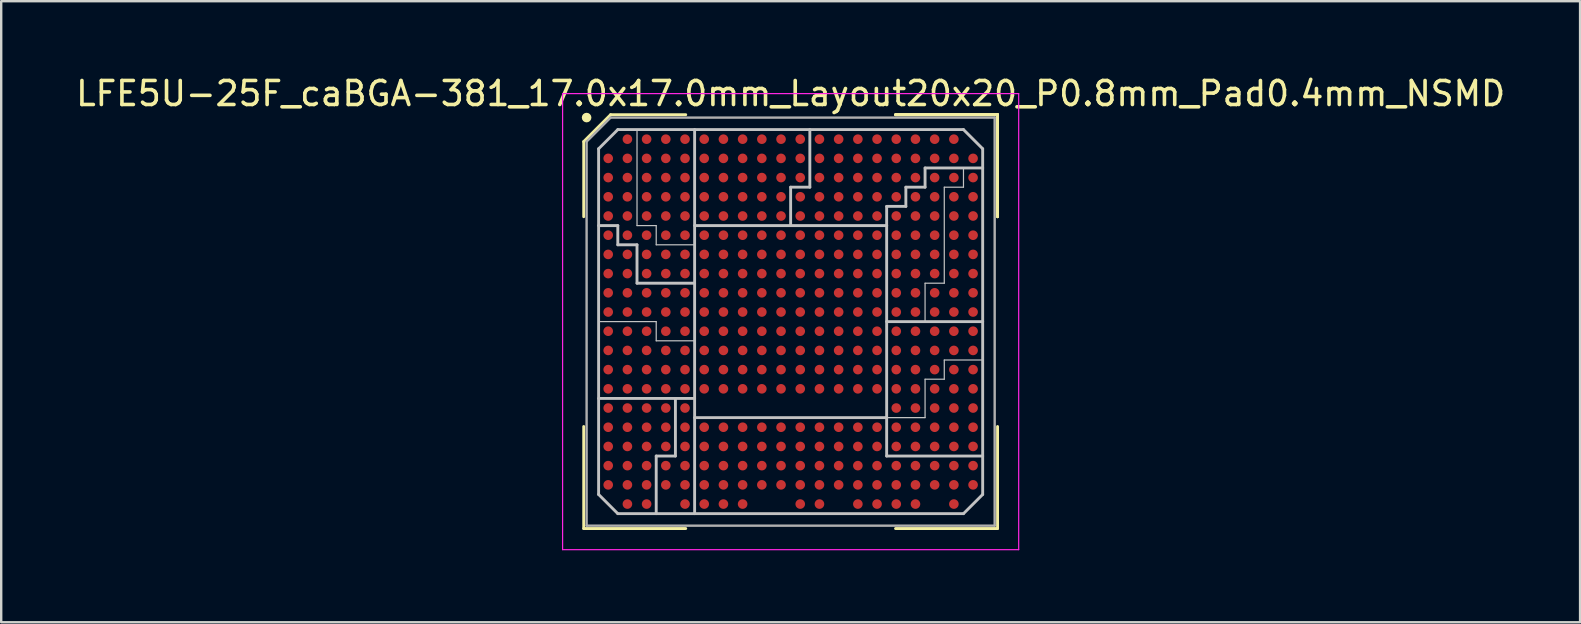
<source format=kicad_pcb>
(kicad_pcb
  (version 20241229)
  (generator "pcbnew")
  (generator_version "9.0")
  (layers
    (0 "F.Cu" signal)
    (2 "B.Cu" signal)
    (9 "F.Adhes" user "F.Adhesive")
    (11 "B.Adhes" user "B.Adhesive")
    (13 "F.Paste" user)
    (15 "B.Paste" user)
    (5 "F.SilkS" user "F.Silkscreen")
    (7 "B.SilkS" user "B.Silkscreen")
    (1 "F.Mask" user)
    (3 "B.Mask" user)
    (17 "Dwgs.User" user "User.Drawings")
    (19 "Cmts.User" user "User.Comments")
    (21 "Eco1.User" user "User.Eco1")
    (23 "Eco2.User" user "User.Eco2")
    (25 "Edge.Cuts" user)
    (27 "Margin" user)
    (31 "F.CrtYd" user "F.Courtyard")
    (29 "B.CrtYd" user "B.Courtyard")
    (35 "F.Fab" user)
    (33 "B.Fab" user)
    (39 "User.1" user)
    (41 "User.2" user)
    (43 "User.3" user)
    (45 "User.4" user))
  (footprint "LFE5U-25F_caBGA-381_17.0x17.0mm_Layout20x20_P0.8mm_Pad0.4mm_NSMD"
    (layer "F.Cu")
    (at 29.887 10.348)
    (property "Reference" "LFE5U-25F_caBGA-381_17.0x17.0mm_Layout20x20_P0.8mm_Pad0.4mm_NSMD" (at 0 -9.5 0) (layer "F.SilkS") (effects (font (size 1 1) (thickness 0.15))))
    (attr smd)
    (fp_line (start -8.62 -7.5) (end -8.62 -4.37) (stroke (width 0.12) (type solid)) (layer "F.SilkS"))
    (fp_line (start -8.62 8.62) (end -8.62 4.37) (stroke (width 0.12) (type solid)) (layer "F.SilkS"))
    (fp_line (start -7.5 -8.62) (end -8.62 -7.5) (stroke (width 0.12) (type solid)) (layer "F.SilkS"))
    (fp_line (start -4.37 -8.62) (end -7.5 -8.62) (stroke (width 0.12) (type solid)) (layer "F.SilkS"))
    (fp_line (start -4.37 8.62) (end -8.62 8.62) (stroke (width 0.12) (type solid)) (layer "F.SilkS"))
    (fp_line (start 4.37 -8.62) (end 8.62 -8.62) (stroke (width 0.12) (type solid)) (layer "F.SilkS"))
    (fp_line (start 4.37 -8.62) (end 8.62 -8.62) (stroke (width 0.12) (type solid)) (layer "F.SilkS"))
    (fp_line (start 4.37 -8.62) (end 8.62 -8.62) (stroke (width 0.12) (type solid)) (layer "F.SilkS"))
    (fp_line (start 4.37 8.62) (end 8.62 8.62) (stroke (width 0.12) (type solid)) (layer "F.SilkS"))
    (fp_line (start 8.62 -8.62) (end 8.62 -4.37) (stroke (width 0.12) (type solid)) (layer "F.SilkS"))
    (fp_line (start 8.62 -8.62) (end 8.62 -4.37) (stroke (width 0.12) (type solid)) (layer "F.SilkS"))
    (fp_line (start 8.62 -8.62) (end 8.62 -4.37) (stroke (width 0.12) (type solid)) (layer "F.SilkS"))
    (fp_line (start 8.62 8.62) (end 8.62 4.37) (stroke (width 0.12) (type solid)) (layer "F.SilkS"))
    (fp_circle (center -8.5 -8.5) (end -8.5 -8.4) (stroke (width 0.2) (type solid)) (fill no) (layer "F.SilkS"))
    (fp_line (start -8 -7.2) (end -7.2 -8) (stroke (width 0.12) (type solid)) (layer "Dwgs.User"))
    (fp_line (start -8 0) (end -5.6 0) (stroke (width 0.05) (type solid)) (layer "Dwgs.User"))
    (fp_line (start -8 7.2) (end -8 -7.2) (stroke (width 0.12) (type solid)) (layer "Dwgs.User"))
    (fp_line (start -7.2 -8) (end 7.2 -8) (stroke (width 0.12) (type solid)) (layer "Dwgs.User"))
    (fp_line (start -7.2 -4) (end -8 -4) (stroke (width 0.12) (type solid)) (layer "Dwgs.User"))
    (fp_line (start -7.2 -3.2) (end -7.2 -4) (stroke (width 0.12) (type solid)) (layer "Dwgs.User"))
    (fp_line (start -7.2 8) (end -8 7.2) (stroke (width 0.12) (type solid)) (layer "Dwgs.User"))
    (fp_line (start -6.4 -8) (end -6.4 -4) (stroke (width 0.05) (type solid)) (layer "Dwgs.User"))
    (fp_line (start -6.4 -4) (end -5.6 -4) (stroke (width 0.05) (type solid)) (layer "Dwgs.User"))
    (fp_line (start -6.4 -3.2) (end -7.2 -3.2) (stroke (width 0.12) (type solid)) (layer "Dwgs.User"))
    (fp_line (start -6.4 -1.6) (end -6.4 -3.2) (stroke (width 0.12) (type solid)) (layer "Dwgs.User"))
    (fp_line (start -5.6 -4) (end -5.6 -3.2) (stroke (width 0.05) (type solid)) (layer "Dwgs.User"))
    (fp_line (start -5.6 -3.2) (end -4 -3.2) (stroke (width 0.05) (type solid)) (layer "Dwgs.User"))
    (fp_line (start -5.6 0) (end -5.6 0.8) (stroke (width 0.05) (type solid)) (layer "Dwgs.User"))
    (fp_line (start -5.6 0.8) (end -4 0.8) (stroke (width 0.05) (type solid)) (layer "Dwgs.User"))
    (fp_line (start -5.6 5.6) (end -5.6 8) (stroke (width 0.12) (type solid)) (layer "Dwgs.User"))
    (fp_line (start -4.8 3.2) (end -4.8 5.6) (stroke (width 0.12) (type solid)) (layer "Dwgs.User"))
    (fp_line (start -4.8 5.6) (end -5.6 5.6) (stroke (width 0.12) (type solid)) (layer "Dwgs.User"))
    (fp_line (start -4 -8) (end -4 8) (stroke (width 0.12) (type solid)) (layer "Dwgs.User"))
    (fp_line (start -4 -1.6) (end -6.4 -1.6) (stroke (width 0.12) (type solid)) (layer "Dwgs.User"))
    (fp_line (start -4 3.2) (end -8 3.2) (stroke (width 0.12) (type solid)) (layer "Dwgs.User"))
    (fp_line (start -4 4) (end 4 4) (stroke (width 0.12) (type solid)) (layer "Dwgs.User"))
    (fp_line (start 0 -5.6) (end 0.8 -5.6) (stroke (width 0.12) (type solid)) (layer "Dwgs.User"))
    (fp_line (start 0 -4) (end 0 -5.6) (stroke (width 0.12) (type solid)) (layer "Dwgs.User"))
    (fp_line (start 0.8 -5.6) (end 0.8 -8) (stroke (width 0.12) (type solid)) (layer "Dwgs.User"))
    (fp_line (start 4 -4.8) (end 4.8 -4.8) (stroke (width 0.12) (type solid)) (layer "Dwgs.User"))
    (fp_line (start 4 -4) (end -4 -4) (stroke (width 0.12) (type solid)) (layer "Dwgs.User"))
    (fp_line (start 4 -4) (end 4 -4.8) (stroke (width 0.12) (type solid)) (layer "Dwgs.User"))
    (fp_line (start 4 0) (end 8 0) (stroke (width 0.12) (type solid)) (layer "Dwgs.User"))
    (fp_line (start 4 4) (end 4 -4) (stroke (width 0.12) (type solid)) (layer "Dwgs.User"))
    (fp_line (start 4 4) (end 4 5.6) (stroke (width 0.12) (type solid)) (layer "Dwgs.User"))
    (fp_line (start 4 4) (end 5.6 4) (stroke (width 0.05) (type solid)) (layer "Dwgs.User"))
    (fp_line (start 4 5.6) (end 8 5.6) (stroke (width 0.12) (type solid)) (layer "Dwgs.User"))
    (fp_line (start 4.8 -5.6) (end 5.6 -5.6) (stroke (width 0.12) (type solid)) (layer "Dwgs.User"))
    (fp_line (start 4.8 -4.8) (end 4.8 -5.6) (stroke (width 0.12) (type solid)) (layer "Dwgs.User"))
    (fp_line (start 5.6 -6.4) (end 8 -6.4) (stroke (width 0.12) (type solid)) (layer "Dwgs.User"))
    (fp_line (start 5.6 -5.6) (end 5.6 -6.4) (stroke (width 0.12) (type solid)) (layer "Dwgs.User"))
    (fp_line (start 5.6 -1.6) (end 6.4 -1.6) (stroke (width 0.05) (type solid)) (layer "Dwgs.User"))
    (fp_line (start 5.6 0) (end 5.6 -1.6) (stroke (width 0.05) (type solid)) (layer "Dwgs.User"))
    (fp_line (start 5.6 2.4) (end 6.4 2.4) (stroke (width 0.05) (type solid)) (layer "Dwgs.User"))
    (fp_line (start 5.6 4) (end 5.6 2.4) (stroke (width 0.05) (type solid)) (layer "Dwgs.User"))
    (fp_line (start 6.4 -5.6) (end 7.2 -5.6) (stroke (width 0.05) (type solid)) (layer "Dwgs.User"))
    (fp_line (start 6.4 -1.6) (end 6.4 -5.6) (stroke (width 0.05) (type solid)) (layer "Dwgs.User"))
    (fp_line (start 6.4 1.6) (end 8 1.6) (stroke (width 0.05) (type solid)) (layer "Dwgs.User"))
    (fp_line (start 6.4 2.4) (end 6.4 1.6) (stroke (width 0.05) (type solid)) (layer "Dwgs.User"))
    (fp_line (start 7.2 -8) (end 8 -7.2) (stroke (width 0.12) (type solid)) (layer "Dwgs.User"))
    (fp_line (start 7.2 -5.6) (end 7.2 -6.4) (stroke (width 0.05) (type solid)) (layer "Dwgs.User"))
    (fp_line (start 7.2 8) (end -7.2 8) (stroke (width 0.12) (type solid)) (layer "Dwgs.User"))
    (fp_line (start 8 -7.2) (end 8 7.2) (stroke (width 0.12) (type solid)) (layer "Dwgs.User"))
    (fp_line (start 8 7.2) (end 7.2 8) (stroke (width 0.12) (type solid)) (layer "Dwgs.User"))
    (fp_line (start -9.5 -9.5) (end 9.5 -9.5) (stroke (width 0.05) (type solid)) (layer "F.CrtYd"))
    (fp_line (start -9.5 9.5) (end -9.5 -9.5) (stroke (width 0.05) (type solid)) (layer "F.CrtYd"))
    (fp_line (start 9.5 -9.5) (end 9.5 9.5) (stroke (width 0.05) (type solid)) (layer "F.CrtYd"))
    (fp_line (start 9.5 9.5) (end -9.5 9.5) (stroke (width 0.05) (type solid)) (layer "F.CrtYd"))
    (fp_line (start -8.5 -7.5) (end -8.5 8.5) (stroke (width 0.1) (type solid)) (layer "F.Fab"))
    (fp_line (start -8.5 8.5) (end 8.5 8.5) (stroke (width 0.1) (type solid)) (layer "F.Fab"))
    (fp_line (start -7.5 -8.5) (end -8.5 -7.5) (stroke (width 0.1) (type solid)) (layer "F.Fab"))
    (fp_line (start 8.5 -8.5) (end -7.5 -8.5) (stroke (width 0.1) (type solid)) (layer "F.Fab"))
    (fp_line (start 8.5 8.5) (end 8.5 -8.5) (stroke (width 0.1) (type solid)) (layer "F.Fab"))
    (pad "A2" smd circle (at -6.8 -7.6) (size 0.4 0.4) (layers "F.Cu" "F.Mask" "F.Paste"))
    (pad "A3" smd circle (at -6 -7.6) (size 0.4 0.4) (layers "F.Cu" "F.Mask" "F.Paste"))
    (pad "A4" smd circle (at -5.2 -7.6) (size 0.4 0.4) (layers "F.Cu" "F.Mask" "F.Paste"))
    (pad "A5" smd circle (at -4.4 -7.6) (size 0.4 0.4) (layers "F.Cu" "F.Mask" "F.Paste"))
    (pad "A6" smd circle (at -3.6 -7.6) (size 0.4 0.4) (layers "F.Cu" "F.Mask" "F.Paste"))
    (pad "A7" smd circle (at -2.8 -7.6) (size 0.4 0.4) (layers "F.Cu" "F.Mask" "F.Paste"))
    (pad "A8" smd circle (at -2 -7.6) (size 0.4 0.4) (layers "F.Cu" "F.Mask" "F.Paste"))
    (pad "A9" smd circle (at -1.2 -7.6) (size 0.4 0.4) (layers "F.Cu" "F.Mask" "F.Paste"))
    (pad "A10" smd circle (at -0.4 -7.6) (size 0.4 0.4) (layers "F.Cu" "F.Mask" "F.Paste"))
    (pad "A11" smd circle (at 0.4 -7.6) (size 0.4 0.4) (layers "F.Cu" "F.Mask" "F.Paste"))
    (pad "A12" smd circle (at 1.2 -7.6) (size 0.4 0.4) (layers "F.Cu" "F.Mask" "F.Paste"))
    (pad "A13" smd circle (at 2 -7.6) (size 0.4 0.4) (layers "F.Cu" "F.Mask" "F.Paste"))
    (pad "A14" smd circle (at 2.8 -7.6) (size 0.4 0.4) (layers "F.Cu" "F.Mask" "F.Paste"))
    (pad "A15" smd circle (at 3.6 -7.6) (size 0.4 0.4) (layers "F.Cu" "F.Mask" "F.Paste"))
    (pad "A16" smd circle (at 4.4 -7.6) (size 0.4 0.4) (layers "F.Cu" "F.Mask" "F.Paste"))
    (pad "A17" smd circle (at 5.2 -7.6) (size 0.4 0.4) (layers "F.Cu" "F.Mask" "F.Paste"))
    (pad "A18" smd circle (at 6 -7.6) (size 0.4 0.4) (layers "F.Cu" "F.Mask" "F.Paste"))
    (pad "A19" smd circle (at 6.8 -7.6) (size 0.4 0.4) (layers "F.Cu" "F.Mask" "F.Paste"))
    (pad "B1" smd circle (at -7.6 -6.8) (size 0.4 0.4) (layers "F.Cu" "F.Mask" "F.Paste"))
    (pad "B2" smd circle (at -6.8 -6.8) (size 0.4 0.4) (layers "F.Cu" "F.Mask" "F.Paste"))
    (pad "B3" smd circle (at -6 -6.8) (size 0.4 0.4) (layers "F.Cu" "F.Mask" "F.Paste"))
    (pad "B4" smd circle (at -5.2 -6.8) (size 0.4 0.4) (layers "F.Cu" "F.Mask" "F.Paste"))
    (pad "B5" smd circle (at -4.4 -6.8) (size 0.4 0.4) (layers "F.Cu" "F.Mask" "F.Paste"))
    (pad "B6" smd circle (at -3.6 -6.8) (size 0.4 0.4) (layers "F.Cu" "F.Mask" "F.Paste"))
    (pad "B7" smd circle (at -2.8 -6.8) (size 0.4 0.4) (layers "F.Cu" "F.Mask" "F.Paste"))
    (pad "B8" smd circle (at -2 -6.8) (size 0.4 0.4) (layers "F.Cu" "F.Mask" "F.Paste"))
    (pad "B9" smd circle (at -1.2 -6.8) (size 0.4 0.4) (layers "F.Cu" "F.Mask" "F.Paste"))
    (pad "B10" smd circle (at -0.4 -6.8) (size 0.4 0.4) (layers "F.Cu" "F.Mask" "F.Paste"))
    (pad "B11" smd circle (at 0.4 -6.8) (size 0.4 0.4) (layers "F.Cu" "F.Mask" "F.Paste"))
    (pad "B12" smd circle (at 1.2 -6.8) (size 0.4 0.4) (layers "F.Cu" "F.Mask" "F.Paste"))
    (pad "B13" smd circle (at 2 -6.8) (size 0.4 0.4) (layers "F.Cu" "F.Mask" "F.Paste"))
    (pad "B14" smd circle (at 2.8 -6.8) (size 0.4 0.4) (layers "F.Cu" "F.Mask" "F.Paste"))
    (pad "B15" smd circle (at 3.6 -6.8) (size 0.4 0.4) (layers "F.Cu" "F.Mask" "F.Paste"))
    (pad "B16" smd circle (at 4.4 -6.8) (size 0.4 0.4) (layers "F.Cu" "F.Mask" "F.Paste"))
    (pad "B17" smd circle (at 5.2 -6.8) (size 0.4 0.4) (layers "F.Cu" "F.Mask" "F.Paste"))
    (pad "B18" smd circle (at 6 -6.8) (size 0.4 0.4) (layers "F.Cu" "F.Mask" "F.Paste"))
    (pad "B19" smd circle (at 6.8 -6.8) (size 0.4 0.4) (layers "F.Cu" "F.Mask" "F.Paste"))
    (pad "B20" smd circle (at 7.6 -6.8) (size 0.4 0.4) (layers "F.Cu" "F.Mask" "F.Paste"))
    (pad "C1" smd circle (at -7.6 -6) (size 0.4 0.4) (layers "F.Cu" "F.Mask" "F.Paste"))
    (pad "C2" smd circle (at -6.8 -6) (size 0.4 0.4) (layers "F.Cu" "F.Mask" "F.Paste"))
    (pad "C3" smd circle (at -6 -6) (size 0.4 0.4) (layers "F.Cu" "F.Mask" "F.Paste"))
    (pad "C4" smd circle (at -5.2 -6) (size 0.4 0.4) (layers "F.Cu" "F.Mask" "F.Paste"))
    (pad "C5" smd circle (at -4.4 -6) (size 0.4 0.4) (layers "F.Cu" "F.Mask" "F.Paste"))
    (pad "C6" smd circle (at -3.6 -6) (size 0.4 0.4) (layers "F.Cu" "F.Mask" "F.Paste"))
    (pad "C7" smd circle (at -2.8 -6) (size 0.4 0.4) (layers "F.Cu" "F.Mask" "F.Paste"))
    (pad "C8" smd circle (at -2 -6) (size 0.4 0.4) (layers "F.Cu" "F.Mask" "F.Paste"))
    (pad "C9" smd circle (at -1.2 -6) (size 0.4 0.4) (layers "F.Cu" "F.Mask" "F.Paste"))
    (pad "C10" smd circle (at -0.4 -6) (size 0.4 0.4) (layers "F.Cu" "F.Mask" "F.Paste"))
    (pad "C11" smd circle (at 0.4 -6) (size 0.4 0.4) (layers "F.Cu" "F.Mask" "F.Paste"))
    (pad "C12" smd circle (at 1.2 -6) (size 0.4 0.4) (layers "F.Cu" "F.Mask" "F.Paste"))
    (pad "C13" smd circle (at 2 -6) (size 0.4 0.4) (layers "F.Cu" "F.Mask" "F.Paste"))
    (pad "C14" smd circle (at 2.8 -6) (size 0.4 0.4) (layers "F.Cu" "F.Mask" "F.Paste"))
    (pad "C15" smd circle (at 3.6 -6) (size 0.4 0.4) (layers "F.Cu" "F.Mask" "F.Paste"))
    (pad "C16" smd circle (at 4.4 -6) (size 0.4 0.4) (layers "F.Cu" "F.Mask" "F.Paste"))
    (pad "C17" smd circle (at 5.2 -6) (size 0.4 0.4) (layers "F.Cu" "F.Mask" "F.Paste"))
    (pad "C18" smd circle (at 6 -6) (size 0.4 0.4) (layers "F.Cu" "F.Mask" "F.Paste"))
    (pad "C19" smd circle (at 6.8 -6) (size 0.4 0.4) (layers "F.Cu" "F.Mask" "F.Paste"))
    (pad "C20" smd circle (at 7.6 -6) (size 0.4 0.4) (layers "F.Cu" "F.Mask" "F.Paste"))
    (pad "D1" smd circle (at -7.6 -5.2) (size 0.4 0.4) (layers "F.Cu" "F.Mask" "F.Paste"))
    (pad "D2" smd circle (at -6.8 -5.2) (size 0.4 0.4) (layers "F.Cu" "F.Mask" "F.Paste"))
    (pad "D3" smd circle (at -6 -5.2) (size 0.4 0.4) (layers "F.Cu" "F.Mask" "F.Paste"))
    (pad "D4" smd circle (at -5.2 -5.2) (size 0.4 0.4) (layers "F.Cu" "F.Mask" "F.Paste"))
    (pad "D5" smd circle (at -4.4 -5.2) (size 0.4 0.4) (layers "F.Cu" "F.Mask" "F.Paste"))
    (pad "D6" smd circle (at -3.6 -5.2) (size 0.4 0.4) (layers "F.Cu" "F.Mask" "F.Paste"))
    (pad "D7" smd circle (at -2.8 -5.2) (size 0.4 0.4) (layers "F.Cu" "F.Mask" "F.Paste"))
    (pad "D8" smd circle (at -2 -5.2) (size 0.4 0.4) (layers "F.Cu" "F.Mask" "F.Paste"))
    (pad "D9" smd circle (at -1.2 -5.2) (size 0.4 0.4) (layers "F.Cu" "F.Mask" "F.Paste"))
    (pad "D10" smd circle (at -0.4 -5.2) (size 0.4 0.4) (layers "F.Cu" "F.Mask" "F.Paste"))
    (pad "D11" smd circle (at 0.4 -5.2) (size 0.4 0.4) (layers "F.Cu" "F.Mask" "F.Paste"))
    (pad "D12" smd circle (at 1.2 -5.2) (size 0.4 0.4) (layers "F.Cu" "F.Mask" "F.Paste"))
    (pad "D13" smd circle (at 2 -5.2) (size 0.4 0.4) (layers "F.Cu" "F.Mask" "F.Paste"))
    (pad "D14" smd circle (at 2.8 -5.2) (size 0.4 0.4) (layers "F.Cu" "F.Mask" "F.Paste"))
    (pad "D15" smd circle (at 3.6 -5.2) (size 0.4 0.4) (layers "F.Cu" "F.Mask" "F.Paste"))
    (pad "D16" smd circle (at 4.4 -5.2) (size 0.4 0.4) (layers "F.Cu" "F.Mask" "F.Paste"))
    (pad "D17" smd circle (at 5.2 -5.2) (size 0.4 0.4) (layers "F.Cu" "F.Mask" "F.Paste"))
    (pad "D18" smd circle (at 6 -5.2) (size 0.4 0.4) (layers "F.Cu" "F.Mask" "F.Paste"))
    (pad "D19" smd circle (at 6.8 -5.2) (size 0.4 0.4) (layers "F.Cu" "F.Mask" "F.Paste"))
    (pad "D20" smd circle (at 7.6 -5.2) (size 0.4 0.4) (layers "F.Cu" "F.Mask" "F.Paste"))
    (pad "E1" smd circle (at -7.6 -4.4) (size 0.4 0.4) (layers "F.Cu" "F.Mask" "F.Paste"))
    (pad "E2" smd circle (at -6.8 -4.4) (size 0.4 0.4) (layers "F.Cu" "F.Mask" "F.Paste"))
    (pad "E3" smd circle (at -6 -4.4) (size 0.4 0.4) (layers "F.Cu" "F.Mask" "F.Paste"))
    (pad "E4" smd circle (at -5.2 -4.4) (size 0.4 0.4) (layers "F.Cu" "F.Mask" "F.Paste"))
    (pad "E5" smd circle (at -4.4 -4.4) (size 0.4 0.4) (layers "F.Cu" "F.Mask" "F.Paste"))
    (pad "E6" smd circle (at -3.6 -4.4) (size 0.4 0.4) (layers "F.Cu" "F.Mask" "F.Paste"))
    (pad "E7" smd circle (at -2.8 -4.4) (size 0.4 0.4) (layers "F.Cu" "F.Mask" "F.Paste"))
    (pad "E8" smd circle (at -2 -4.4) (size 0.4 0.4) (layers "F.Cu" "F.Mask" "F.Paste"))
    (pad "E9" smd circle (at -1.2 -4.4) (size 0.4 0.4) (layers "F.Cu" "F.Mask" "F.Paste"))
    (pad "E10" smd circle (at -0.4 -4.4) (size 0.4 0.4) (layers "F.Cu" "F.Mask" "F.Paste"))
    (pad "E11" smd circle (at 0.4 -4.4) (size 0.4 0.4) (layers "F.Cu" "F.Mask" "F.Paste"))
    (pad "E12" smd circle (at 1.2 -4.4) (size 0.4 0.4) (layers "F.Cu" "F.Mask" "F.Paste"))
    (pad "E13" smd circle (at 2 -4.4) (size 0.4 0.4) (layers "F.Cu" "F.Mask" "F.Paste"))
    (pad "E14" smd circle (at 2.8 -4.4) (size 0.4 0.4) (layers "F.Cu" "F.Mask" "F.Paste"))
    (pad "E15" smd circle (at 3.6 -4.4) (size 0.4 0.4) (layers "F.Cu" "F.Mask" "F.Paste"))
    (pad "E16" smd circle (at 4.4 -4.4) (size 0.4 0.4) (layers "F.Cu" "F.Mask" "F.Paste"))
    (pad "E17" smd circle (at 5.2 -4.4) (size 0.4 0.4) (layers "F.Cu" "F.Mask" "F.Paste"))
    (pad "E18" smd circle (at 6 -4.4) (size 0.4 0.4) (layers "F.Cu" "F.Mask" "F.Paste"))
    (pad "E19" smd circle (at 6.8 -4.4) (size 0.4 0.4) (layers "F.Cu" "F.Mask" "F.Paste"))
    (pad "E20" smd circle (at 7.6 -4.4) (size 0.4 0.4) (layers "F.Cu" "F.Mask" "F.Paste"))
    (pad "F1" smd circle (at -7.6 -3.6) (size 0.4 0.4) (layers "F.Cu" "F.Mask" "F.Paste"))
    (pad "F2" smd circle (at -6.8 -3.6) (size 0.4 0.4) (layers "F.Cu" "F.Mask" "F.Paste"))
    (pad "F3" smd circle (at -6 -3.6) (size 0.4 0.4) (layers "F.Cu" "F.Mask" "F.Paste"))
    (pad "F4" smd circle (at -5.2 -3.6) (size 0.4 0.4) (layers "F.Cu" "F.Mask" "F.Paste"))
    (pad "F5" smd circle (at -4.4 -3.6) (size 0.4 0.4) (layers "F.Cu" "F.Mask" "F.Paste"))
    (pad "F6" smd circle (at -3.6 -3.6) (size 0.4 0.4) (layers "F.Cu" "F.Mask" "F.Paste"))
    (pad "F7" smd circle (at -2.8 -3.6) (size 0.4 0.4) (layers "F.Cu" "F.Mask" "F.Paste"))
    (pad "F8" smd circle (at -2 -3.6) (size 0.4 0.4) (layers "F.Cu" "F.Mask" "F.Paste"))
    (pad "F9" smd circle (at -1.2 -3.6) (size 0.4 0.4) (layers "F.Cu" "F.Mask" "F.Paste"))
    (pad "F10" smd circle (at -0.4 -3.6) (size 0.4 0.4) (layers "F.Cu" "F.Mask" "F.Paste"))
    (pad "F11" smd circle (at 0.4 -3.6) (size 0.4 0.4) (layers "F.Cu" "F.Mask" "F.Paste"))
    (pad "F12" smd circle (at 1.2 -3.6) (size 0.4 0.4) (layers "F.Cu" "F.Mask" "F.Paste"))
    (pad "F13" smd circle (at 2 -3.6) (size 0.4 0.4) (layers "F.Cu" "F.Mask" "F.Paste"))
    (pad "F14" smd circle (at 2.8 -3.6) (size 0.4 0.4) (layers "F.Cu" "F.Mask" "F.Paste"))
    (pad "F15" smd circle (at 3.6 -3.6) (size 0.4 0.4) (layers "F.Cu" "F.Mask" "F.Paste"))
    (pad "F16" smd circle (at 4.4 -3.6) (size 0.4 0.4) (layers "F.Cu" "F.Mask" "F.Paste"))
    (pad "F17" smd circle (at 5.2 -3.6) (size 0.4 0.4) (layers "F.Cu" "F.Mask" "F.Paste"))
    (pad "F18" smd circle (at 6 -3.6) (size 0.4 0.4) (layers "F.Cu" "F.Mask" "F.Paste"))
    (pad "F19" smd circle (at 6.8 -3.6) (size 0.4 0.4) (layers "F.Cu" "F.Mask" "F.Paste"))
    (pad "F20" smd circle (at 7.6 -3.6) (size 0.4 0.4) (layers "F.Cu" "F.Mask" "F.Paste"))
    (pad "G1" smd circle (at -7.6 -2.8) (size 0.4 0.4) (layers "F.Cu" "F.Mask" "F.Paste"))
    (pad "G2" smd circle (at -6.8 -2.8) (size 0.4 0.4) (layers "F.Cu" "F.Mask" "F.Paste"))
    (pad "G3" smd circle (at -6 -2.8) (size 0.4 0.4) (layers "F.Cu" "F.Mask" "F.Paste"))
    (pad "G4" smd circle (at -5.2 -2.8) (size 0.4 0.4) (layers "F.Cu" "F.Mask" "F.Paste"))
    (pad "G5" smd circle (at -4.4 -2.8) (size 0.4 0.4) (layers "F.Cu" "F.Mask" "F.Paste"))
    (pad "G6" smd circle (at -3.6 -2.8) (size 0.4 0.4) (layers "F.Cu" "F.Mask" "F.Paste"))
    (pad "G7" smd circle (at -2.8 -2.8) (size 0.4 0.4) (layers "F.Cu" "F.Mask" "F.Paste"))
    (pad "G8" smd circle (at -2 -2.8) (size 0.4 0.4) (layers "F.Cu" "F.Mask" "F.Paste"))
    (pad "G9" smd circle (at -1.2 -2.8) (size 0.4 0.4) (layers "F.Cu" "F.Mask" "F.Paste"))
    (pad "G10" smd circle (at -0.4 -2.8) (size 0.4 0.4) (layers "F.Cu" "F.Mask" "F.Paste"))
    (pad "G11" smd circle (at 0.4 -2.8) (size 0.4 0.4) (layers "F.Cu" "F.Mask" "F.Paste"))
    (pad "G12" smd circle (at 1.2 -2.8) (size 0.4 0.4) (layers "F.Cu" "F.Mask" "F.Paste"))
    (pad "G13" smd circle (at 2 -2.8) (size 0.4 0.4) (layers "F.Cu" "F.Mask" "F.Paste"))
    (pad "G14" smd circle (at 2.8 -2.8) (size 0.4 0.4) (layers "F.Cu" "F.Mask" "F.Paste"))
    (pad "G15" smd circle (at 3.6 -2.8) (size 0.4 0.4) (layers "F.Cu" "F.Mask" "F.Paste"))
    (pad "G16" smd circle (at 4.4 -2.8) (size 0.4 0.4) (layers "F.Cu" "F.Mask" "F.Paste"))
    (pad "G17" smd circle (at 5.2 -2.8) (size 0.4 0.4) (layers "F.Cu" "F.Mask" "F.Paste"))
    (pad "G18" smd circle (at 6 -2.8) (size 0.4 0.4) (layers "F.Cu" "F.Mask" "F.Paste"))
    (pad "G19" smd circle (at 6.8 -2.8) (size 0.4 0.4) (layers "F.Cu" "F.Mask" "F.Paste"))
    (pad "G20" smd circle (at 7.6 -2.8) (size 0.4 0.4) (layers "F.Cu" "F.Mask" "F.Paste"))
    (pad "H1" smd circle (at -7.6 -2) (size 0.4 0.4) (layers "F.Cu" "F.Mask" "F.Paste"))
    (pad "H2" smd circle (at -6.8 -2) (size 0.4 0.4) (layers "F.Cu" "F.Mask" "F.Paste"))
    (pad "H3" smd circle (at -6 -2) (size 0.4 0.4) (layers "F.Cu" "F.Mask" "F.Paste"))
    (pad "H4" smd circle (at -5.2 -2) (size 0.4 0.4) (layers "F.Cu" "F.Mask" "F.Paste"))
    (pad "H5" smd circle (at -4.4 -2) (size 0.4 0.4) (layers "F.Cu" "F.Mask" "F.Paste"))
    (pad "H6" smd circle (at -3.6 -2) (size 0.4 0.4) (layers "F.Cu" "F.Mask" "F.Paste"))
    (pad "H7" smd circle (at -2.8 -2) (size 0.4 0.4) (layers "F.Cu" "F.Mask" "F.Paste"))
    (pad "H8" smd circle (at -2 -2) (size 0.4 0.4) (layers "F.Cu" "F.Mask" "F.Paste"))
    (pad "H9" smd circle (at -1.2 -2) (size 0.4 0.4) (layers "F.Cu" "F.Mask" "F.Paste"))
    (pad "H10" smd circle (at -0.4 -2) (size 0.4 0.4) (layers "F.Cu" "F.Mask" "F.Paste"))
    (pad "H11" smd circle (at 0.4 -2) (size 0.4 0.4) (layers "F.Cu" "F.Mask" "F.Paste"))
    (pad "H12" smd circle (at 1.2 -2) (size 0.4 0.4) (layers "F.Cu" "F.Mask" "F.Paste"))
    (pad "H13" smd circle (at 2 -2) (size 0.4 0.4) (layers "F.Cu" "F.Mask" "F.Paste"))
    (pad "H14" smd circle (at 2.8 -2) (size 0.4 0.4) (layers "F.Cu" "F.Mask" "F.Paste"))
    (pad "H15" smd circle (at 3.6 -2) (size 0.4 0.4) (layers "F.Cu" "F.Mask" "F.Paste"))
    (pad "H16" smd circle (at 4.4 -2) (size 0.4 0.4) (layers "F.Cu" "F.Mask" "F.Paste"))
    (pad "H17" smd circle (at 5.2 -2) (size 0.4 0.4) (layers "F.Cu" "F.Mask" "F.Paste"))
    (pad "H18" smd circle (at 6 -2) (size 0.4 0.4) (layers "F.Cu" "F.Mask" "F.Paste"))
    (pad "H19" smd circle (at 6.8 -2) (size 0.4 0.4) (layers "F.Cu" "F.Mask" "F.Paste"))
    (pad "H20" smd circle (at 7.6 -2) (size 0.4 0.4) (layers "F.Cu" "F.Mask" "F.Paste"))
    (pad "J1" smd circle (at -7.6 -1.2) (size 0.4 0.4) (layers "F.Cu" "F.Mask" "F.Paste"))
    (pad "J2" smd circle (at -6.8 -1.2) (size 0.4 0.4) (layers "F.Cu" "F.Mask" "F.Paste"))
    (pad "J3" smd circle (at -6 -1.2) (size 0.4 0.4) (layers "F.Cu" "F.Mask" "F.Paste"))
    (pad "J4" smd circle (at -5.2 -1.2) (size 0.4 0.4) (layers "F.Cu" "F.Mask" "F.Paste"))
    (pad "J5" smd circle (at -4.4 -1.2) (size 0.4 0.4) (layers "F.Cu" "F.Mask" "F.Paste"))
    (pad "J6" smd circle (at -3.6 -1.2) (size 0.4 0.4) (layers "F.Cu" "F.Mask" "F.Paste"))
    (pad "J7" smd circle (at -2.8 -1.2) (size 0.4 0.4) (layers "F.Cu" "F.Mask" "F.Paste"))
    (pad "J8" smd circle (at -2 -1.2) (size 0.4 0.4) (layers "F.Cu" "F.Mask" "F.Paste"))
    (pad "J9" smd circle (at -1.2 -1.2) (size 0.4 0.4) (layers "F.Cu" "F.Mask" "F.Paste"))
    (pad "J10" smd circle (at -0.4 -1.2) (size 0.4 0.4) (layers "F.Cu" "F.Mask" "F.Paste"))
    (pad "J11" smd circle (at 0.4 -1.2) (size 0.4 0.4) (layers "F.Cu" "F.Mask" "F.Paste"))
    (pad "J12" smd circle (at 1.2 -1.2) (size 0.4 0.4) (layers "F.Cu" "F.Mask" "F.Paste"))
    (pad "J13" smd circle (at 2 -1.2) (size 0.4 0.4) (layers "F.Cu" "F.Mask" "F.Paste"))
    (pad "J14" smd circle (at 2.8 -1.2) (size 0.4 0.4) (layers "F.Cu" "F.Mask" "F.Paste"))
    (pad "J15" smd circle (at 3.6 -1.2) (size 0.4 0.4) (layers "F.Cu" "F.Mask" "F.Paste"))
    (pad "J16" smd circle (at 4.4 -1.2) (size 0.4 0.4) (layers "F.Cu" "F.Mask" "F.Paste"))
    (pad "J17" smd circle (at 5.2 -1.2) (size 0.4 0.4) (layers "F.Cu" "F.Mask" "F.Paste"))
    (pad "J18" smd circle (at 6 -1.2) (size 0.4 0.4) (layers "F.Cu" "F.Mask" "F.Paste"))
    (pad "J19" smd circle (at 6.8 -1.2) (size 0.4 0.4) (layers "F.Cu" "F.Mask" "F.Paste"))
    (pad "J20" smd circle (at 7.6 -1.2) (size 0.4 0.4) (layers "F.Cu" "F.Mask" "F.Paste"))
    (pad "K1" smd circle (at -7.6 -0.4) (size 0.4 0.4) (layers "F.Cu" "F.Mask" "F.Paste"))
    (pad "K2" smd circle (at -6.8 -0.4) (size 0.4 0.4) (layers "F.Cu" "F.Mask" "F.Paste"))
    (pad "K3" smd circle (at -6 -0.4) (size 0.4 0.4) (layers "F.Cu" "F.Mask" "F.Paste"))
    (pad "K4" smd circle (at -5.2 -0.4) (size 0.4 0.4) (layers "F.Cu" "F.Mask" "F.Paste"))
    (pad "K5" smd circle (at -4.4 -0.4) (size 0.4 0.4) (layers "F.Cu" "F.Mask" "F.Paste"))
    (pad "K6" smd circle (at -3.6 -0.4) (size 0.4 0.4) (layers "F.Cu" "F.Mask" "F.Paste"))
    (pad "K7" smd circle (at -2.8 -0.4) (size 0.4 0.4) (layers "F.Cu" "F.Mask" "F.Paste"))
    (pad "K8" smd circle (at -2 -0.4) (size 0.4 0.4) (layers "F.Cu" "F.Mask" "F.Paste"))
    (pad "K9" smd circle (at -1.2 -0.4) (size 0.4 0.4) (layers "F.Cu" "F.Mask" "F.Paste"))
    (pad "K10" smd circle (at -0.4 -0.4) (size 0.4 0.4) (layers "F.Cu" "F.Mask" "F.Paste"))
    (pad "K11" smd circle (at 0.4 -0.4) (size 0.4 0.4) (layers "F.Cu" "F.Mask" "F.Paste"))
    (pad "K12" smd circle (at 1.2 -0.4) (size 0.4 0.4) (layers "F.Cu" "F.Mask" "F.Paste"))
    (pad "K13" smd circle (at 2 -0.4) (size 0.4 0.4) (layers "F.Cu" "F.Mask" "F.Paste"))
    (pad "K14" smd circle (at 2.8 -0.4) (size 0.4 0.4) (layers "F.Cu" "F.Mask" "F.Paste"))
    (pad "K15" smd circle (at 3.6 -0.4) (size 0.4 0.4) (layers "F.Cu" "F.Mask" "F.Paste"))
    (pad "K16" smd circle (at 4.4 -0.4) (size 0.4 0.4) (layers "F.Cu" "F.Mask" "F.Paste"))
    (pad "K17" smd circle (at 5.2 -0.4) (size 0.4 0.4) (layers "F.Cu" "F.Mask" "F.Paste"))
    (pad "K18" smd circle (at 6 -0.4) (size 0.4 0.4) (layers "F.Cu" "F.Mask" "F.Paste"))
    (pad "K19" smd circle (at 6.8 -0.4) (size 0.4 0.4) (layers "F.Cu" "F.Mask" "F.Paste"))
    (pad "K20" smd circle (at 7.6 -0.4) (size 0.4 0.4) (layers "F.Cu" "F.Mask" "F.Paste"))
    (pad "L1" smd circle (at -7.6 0.4) (size 0.4 0.4) (layers "F.Cu" "F.Mask" "F.Paste"))
    (pad "L2" smd circle (at -6.8 0.4) (size 0.4 0.4) (layers "F.Cu" "F.Mask" "F.Paste"))
    (pad "L3" smd circle (at -6 0.4) (size 0.4 0.4) (layers "F.Cu" "F.Mask" "F.Paste"))
    (pad "L4" smd circle (at -5.2 0.4) (size 0.4 0.4) (layers "F.Cu" "F.Mask" "F.Paste"))
    (pad "L5" smd circle (at -4.4 0.4) (size 0.4 0.4) (layers "F.Cu" "F.Mask" "F.Paste"))
    (pad "L6" smd circle (at -3.6 0.4) (size 0.4 0.4) (layers "F.Cu" "F.Mask" "F.Paste"))
    (pad "L7" smd circle (at -2.8 0.4) (size 0.4 0.4) (layers "F.Cu" "F.Mask" "F.Paste"))
    (pad "L8" smd circle (at -2 0.4) (size 0.4 0.4) (layers "F.Cu" "F.Mask" "F.Paste"))
    (pad "L9" smd circle (at -1.2 0.4) (size 0.4 0.4) (layers "F.Cu" "F.Mask" "F.Paste"))
    (pad "L10" smd circle (at -0.4 0.4) (size 0.4 0.4) (layers "F.Cu" "F.Mask" "F.Paste"))
    (pad "L11" smd circle (at 0.4 0.4) (size 0.4 0.4) (layers "F.Cu" "F.Mask" "F.Paste"))
    (pad "L12" smd circle (at 1.2 0.4) (size 0.4 0.4) (layers "F.Cu" "F.Mask" "F.Paste"))
    (pad "L13" smd circle (at 2 0.4) (size 0.4 0.4) (layers "F.Cu" "F.Mask" "F.Paste"))
    (pad "L14" smd circle (at 2.8 0.4) (size 0.4 0.4) (layers "F.Cu" "F.Mask" "F.Paste"))
    (pad "L15" smd circle (at 3.6 0.4) (size 0.4 0.4) (layers "F.Cu" "F.Mask" "F.Paste"))
    (pad "L16" smd circle (at 4.4 0.4) (size 0.4 0.4) (layers "F.Cu" "F.Mask" "F.Paste"))
    (pad "L17" smd circle (at 5.2 0.4) (size 0.4 0.4) (layers "F.Cu" "F.Mask" "F.Paste"))
    (pad "L18" smd circle (at 6 0.4) (size 0.4 0.4) (layers "F.Cu" "F.Mask" "F.Paste"))
    (pad "L19" smd circle (at 6.8 0.4) (size 0.4 0.4) (layers "F.Cu" "F.Mask" "F.Paste"))
    (pad "L20" smd circle (at 7.6 0.4) (size 0.4 0.4) (layers "F.Cu" "F.Mask" "F.Paste"))
    (pad "M1" smd circle (at -7.6 1.2) (size 0.4 0.4) (layers "F.Cu" "F.Mask" "F.Paste"))
    (pad "M2" smd circle (at -6.8 1.2) (size 0.4 0.4) (layers "F.Cu" "F.Mask" "F.Paste"))
    (pad "M3" smd circle (at -6 1.2) (size 0.4 0.4) (layers "F.Cu" "F.Mask" "F.Paste"))
    (pad "M4" smd circle (at -5.2 1.2) (size 0.4 0.4) (layers "F.Cu" "F.Mask" "F.Paste"))
    (pad "M5" smd circle (at -4.4 1.2) (size 0.4 0.4) (layers "F.Cu" "F.Mask" "F.Paste"))
    (pad "M6" smd circle (at -3.6 1.2) (size 0.4 0.4) (layers "F.Cu" "F.Mask" "F.Paste"))
    (pad "M7" smd circle (at -2.8 1.2) (size 0.4 0.4) (layers "F.Cu" "F.Mask" "F.Paste"))
    (pad "M8" smd circle (at -2 1.2) (size 0.4 0.4) (layers "F.Cu" "F.Mask" "F.Paste"))
    (pad "M9" smd circle (at -1.2 1.2) (size 0.4 0.4) (layers "F.Cu" "F.Mask" "F.Paste"))
    (pad "M10" smd circle (at -0.4 1.2) (size 0.4 0.4) (layers "F.Cu" "F.Mask" "F.Paste"))
    (pad "M11" smd circle (at 0.4 1.2) (size 0.4 0.4) (layers "F.Cu" "F.Mask" "F.Paste"))
    (pad "M12" smd circle (at 1.2 1.2) (size 0.4 0.4) (layers "F.Cu" "F.Mask" "F.Paste"))
    (pad "M13" smd circle (at 2 1.2) (size 0.4 0.4) (layers "F.Cu" "F.Mask" "F.Paste"))
    (pad "M14" smd circle (at 2.8 1.2) (size 0.4 0.4) (layers "F.Cu" "F.Mask" "F.Paste"))
    (pad "M15" smd circle (at 3.6 1.2) (size 0.4 0.4) (layers "F.Cu" "F.Mask" "F.Paste"))
    (pad "M16" smd circle (at 4.4 1.2) (size 0.4 0.4) (layers "F.Cu" "F.Mask" "F.Paste"))
    (pad "M17" smd circle (at 5.2 1.2) (size 0.4 0.4) (layers "F.Cu" "F.Mask" "F.Paste"))
    (pad "M18" smd circle (at 6 1.2) (size 0.4 0.4) (layers "F.Cu" "F.Mask" "F.Paste"))
    (pad "M19" smd circle (at 6.8 1.2) (size 0.4 0.4) (layers "F.Cu" "F.Mask" "F.Paste"))
    (pad "M20" smd circle (at 7.6 1.2) (size 0.4 0.4) (layers "F.Cu" "F.Mask" "F.Paste"))
    (pad "N1" smd circle (at -7.6 2) (size 0.4 0.4) (layers "F.Cu" "F.Mask" "F.Paste"))
    (pad "N2" smd circle (at -6.8 2) (size 0.4 0.4) (layers "F.Cu" "F.Mask" "F.Paste"))
    (pad "N3" smd circle (at -6 2) (size 0.4 0.4) (layers "F.Cu" "F.Mask" "F.Paste"))
    (pad "N4" smd circle (at -5.2 2) (size 0.4 0.4) (layers "F.Cu" "F.Mask" "F.Paste"))
    (pad "N5" smd circle (at -4.4 2) (size 0.4 0.4) (layers "F.Cu" "F.Mask" "F.Paste"))
    (pad "N6" smd circle (at -3.6 2) (size 0.4 0.4) (layers "F.Cu" "F.Mask" "F.Paste"))
    (pad "N7" smd circle (at -2.8 2) (size 0.4 0.4) (layers "F.Cu" "F.Mask" "F.Paste"))
    (pad "N8" smd circle (at -2 2) (size 0.4 0.4) (layers "F.Cu" "F.Mask" "F.Paste"))
    (pad "N9" smd circle (at -1.2 2) (size 0.4 0.4) (layers "F.Cu" "F.Mask" "F.Paste"))
    (pad "N10" smd circle (at -0.4 2) (size 0.4 0.4) (layers "F.Cu" "F.Mask" "F.Paste"))
    (pad "N11" smd circle (at 0.4 2) (size 0.4 0.4) (layers "F.Cu" "F.Mask" "F.Paste"))
    (pad "N12" smd circle (at 1.2 2) (size 0.4 0.4) (layers "F.Cu" "F.Mask" "F.Paste"))
    (pad "N13" smd circle (at 2 2) (size 0.4 0.4) (layers "F.Cu" "F.Mask" "F.Paste"))
    (pad "N14" smd circle (at 2.8 2) (size 0.4 0.4) (layers "F.Cu" "F.Mask" "F.Paste"))
    (pad "N15" smd circle (at 3.6 2) (size 0.4 0.4) (layers "F.Cu" "F.Mask" "F.Paste"))
    (pad "N16" smd circle (at 4.4 2) (size 0.4 0.4) (layers "F.Cu" "F.Mask" "F.Paste"))
    (pad "N17" smd circle (at 5.2 2) (size 0.4 0.4) (layers "F.Cu" "F.Mask" "F.Paste"))
    (pad "N18" smd circle (at 6 2) (size 0.4 0.4) (layers "F.Cu" "F.Mask" "F.Paste"))
    (pad "N19" smd circle (at 6.8 2) (size 0.4 0.4) (layers "F.Cu" "F.Mask" "F.Paste"))
    (pad "N20" smd circle (at 7.6 2) (size 0.4 0.4) (layers "F.Cu" "F.Mask" "F.Paste"))
    (pad "P1" smd circle (at -7.6 2.8) (size 0.4 0.4) (layers "F.Cu" "F.Mask" "F.Paste"))
    (pad "P2" smd circle (at -6.8 2.8) (size 0.4 0.4) (layers "F.Cu" "F.Mask" "F.Paste"))
    (pad "P3" smd circle (at -6 2.8) (size 0.4 0.4) (layers "F.Cu" "F.Mask" "F.Paste"))
    (pad "P4" smd circle (at -5.2 2.8) (size 0.4 0.4) (layers "F.Cu" "F.Mask" "F.Paste"))
    (pad "P5" smd circle (at -4.4 2.8) (size 0.4 0.4) (layers "F.Cu" "F.Mask" "F.Paste"))
    (pad "P6" smd circle (at -3.6 2.8) (size 0.4 0.4) (layers "F.Cu" "F.Mask" "F.Paste"))
    (pad "P7" smd circle (at -2.8 2.8) (size 0.4 0.4) (layers "F.Cu" "F.Mask" "F.Paste"))
    (pad "P8" smd circle (at -2 2.8) (size 0.4 0.4) (layers "F.Cu" "F.Mask" "F.Paste"))
    (pad "P9" smd circle (at -1.2 2.8) (size 0.4 0.4) (layers "F.Cu" "F.Mask" "F.Paste"))
    (pad "P10" smd circle (at -0.4 2.8) (size 0.4 0.4) (layers "F.Cu" "F.Mask" "F.Paste"))
    (pad "P11" smd circle (at 0.4 2.8) (size 0.4 0.4) (layers "F.Cu" "F.Mask" "F.Paste"))
    (pad "P12" smd circle (at 1.2 2.8) (size 0.4 0.4) (layers "F.Cu" "F.Mask" "F.Paste"))
    (pad "P13" smd circle (at 2 2.8) (size 0.4 0.4) (layers "F.Cu" "F.Mask" "F.Paste"))
    (pad "P14" smd circle (at 2.8 2.8) (size 0.4 0.4) (layers "F.Cu" "F.Mask" "F.Paste"))
    (pad "P15" smd circle (at 3.6 2.8) (size 0.4 0.4) (layers "F.Cu" "F.Mask" "F.Paste"))
    (pad "P16" smd circle (at 4.4 2.8) (size 0.4 0.4) (layers "F.Cu" "F.Mask" "F.Paste"))
    (pad "P17" smd circle (at 5.2 2.8) (size 0.4 0.4) (layers "F.Cu" "F.Mask" "F.Paste"))
    (pad "P18" smd circle (at 6 2.8) (size 0.4 0.4) (layers "F.Cu" "F.Mask" "F.Paste"))
    (pad "P19" smd circle (at 6.8 2.8) (size 0.4 0.4) (layers "F.Cu" "F.Mask" "F.Paste"))
    (pad "P20" smd circle (at 7.6 2.8) (size 0.4 0.4) (layers "F.Cu" "F.Mask" "F.Paste"))
    (pad "R1" smd circle (at -7.6 3.6) (size 0.4 0.4) (layers "F.Cu" "F.Mask" "F.Paste"))
    (pad "R2" smd circle (at -6.8 3.6) (size 0.4 0.4) (layers "F.Cu" "F.Mask" "F.Paste"))
    (pad "R3" smd circle (at -6 3.6) (size 0.4 0.4) (layers "F.Cu" "F.Mask" "F.Paste"))
    (pad "R4" smd circle (at -5.2 3.6) (size 0.4 0.4) (layers "F.Cu" "F.Mask" "F.Paste"))
    (pad "R5" smd circle (at -4.4 3.6) (size 0.4 0.4) (layers "F.Cu" "F.Mask" "F.Paste"))
    (pad "R16" smd circle (at 4.4 3.6) (size 0.4 0.4) (layers "F.Cu" "F.Mask" "F.Paste"))
    (pad "R17" smd circle (at 5.2 3.6) (size 0.4 0.4) (layers "F.Cu" "F.Mask" "F.Paste"))
    (pad "R18" smd circle (at 6 3.6) (size 0.4 0.4) (layers "F.Cu" "F.Mask" "F.Paste"))
    (pad "R19" smd circle (at 6.8 3.6) (size 0.4 0.4) (layers "F.Cu" "F.Mask" "F.Paste"))
    (pad "R20" smd circle (at 7.6 3.6) (size 0.4 0.4) (layers "F.Cu" "F.Mask" "F.Paste"))
    (pad "T1" smd circle (at -7.6 4.4) (size 0.4 0.4) (layers "F.Cu" "F.Mask" "F.Paste"))
    (pad "T2" smd circle (at -6.8 4.4) (size 0.4 0.4) (layers "F.Cu" "F.Mask" "F.Paste"))
    (pad "T3" smd circle (at -6 4.4) (size 0.4 0.4) (layers "F.Cu" "F.Mask" "F.Paste"))
    (pad "T4" smd circle (at -5.2 4.4) (size 0.4 0.4) (layers "F.Cu" "F.Mask" "F.Paste"))
    (pad "T5" smd circle (at -4.4 4.4) (size 0.4 0.4) (layers "F.Cu" "F.Mask" "F.Paste"))
    (pad "T6" smd circle (at -3.6 4.4) (size 0.4 0.4) (layers "F.Cu" "F.Mask" "F.Paste"))
    (pad "T7" smd circle (at -2.8 4.4) (size 0.4 0.4) (layers "F.Cu" "F.Mask" "F.Paste"))
    (pad "T8" smd circle (at -2 4.4) (size 0.4 0.4) (layers "F.Cu" "F.Mask" "F.Paste"))
    (pad "T9" smd circle (at -1.2 4.4) (size 0.4 0.4) (layers "F.Cu" "F.Mask" "F.Paste"))
    (pad "T10" smd circle (at -0.4 4.4) (size 0.4 0.4) (layers "F.Cu" "F.Mask" "F.Paste"))
    (pad "T11" smd circle (at 0.4 4.4) (size 0.4 0.4) (layers "F.Cu" "F.Mask" "F.Paste"))
    (pad "T12" smd circle (at 1.2 4.4) (size 0.4 0.4) (layers "F.Cu" "F.Mask" "F.Paste"))
    (pad "T13" smd circle (at 2 4.4) (size 0.4 0.4) (layers "F.Cu" "F.Mask" "F.Paste"))
    (pad "T14" smd circle (at 2.8 4.4) (size 0.4 0.4) (layers "F.Cu" "F.Mask" "F.Paste"))
    (pad "T15" smd circle (at 3.6 4.4) (size 0.4 0.4) (layers "F.Cu" "F.Mask" "F.Paste"))
    (pad "T16" smd circle (at 4.4 4.4) (size 0.4 0.4) (layers "F.Cu" "F.Mask" "F.Paste"))
    (pad "T17" smd circle (at 5.2 4.4) (size 0.4 0.4) (layers "F.Cu" "F.Mask" "F.Paste"))
    (pad "T18" smd circle (at 6 4.4) (size 0.4 0.4) (layers "F.Cu" "F.Mask" "F.Paste"))
    (pad "T19" smd circle (at 6.8 4.4) (size 0.4 0.4) (layers "F.Cu" "F.Mask" "F.Paste"))
    (pad "T20" smd circle (at 7.6 4.4) (size 0.4 0.4) (layers "F.Cu" "F.Mask" "F.Paste"))
    (pad "U1" smd circle (at -7.6 5.2) (size 0.4 0.4) (layers "F.Cu" "F.Mask" "F.Paste"))
    (pad "U2" smd circle (at -6.8 5.2) (size 0.4 0.4) (layers "F.Cu" "F.Mask" "F.Paste"))
    (pad "U3" smd circle (at -6 5.2) (size 0.4 0.4) (layers "F.Cu" "F.Mask" "F.Paste"))
    (pad "U4" smd circle (at -5.2 5.2) (size 0.4 0.4) (layers "F.Cu" "F.Mask" "F.Paste"))
    (pad "U5" smd circle (at -4.4 5.2) (size 0.4 0.4) (layers "F.Cu" "F.Mask" "F.Paste"))
    (pad "U6" smd circle (at -3.6 5.2) (size 0.4 0.4) (layers "F.Cu" "F.Mask" "F.Paste"))
    (pad "U7" smd circle (at -2.8 5.2) (size 0.4 0.4) (layers "F.Cu" "F.Mask" "F.Paste"))
    (pad "U8" smd circle (at -2 5.2) (size 0.4 0.4) (layers "F.Cu" "F.Mask" "F.Paste"))
    (pad "U9" smd circle (at -1.2 5.2) (size 0.4 0.4) (layers "F.Cu" "F.Mask" "F.Paste"))
    (pad "U10" smd circle (at -0.4 5.2) (size 0.4 0.4) (layers "F.Cu" "F.Mask" "F.Paste"))
    (pad "U11" smd circle (at 0.4 5.2) (size 0.4 0.4) (layers "F.Cu" "F.Mask" "F.Paste"))
    (pad "U12" smd circle (at 1.2 5.2) (size 0.4 0.4) (layers "F.Cu" "F.Mask" "F.Paste"))
    (pad "U13" smd circle (at 2 5.2) (size 0.4 0.4) (layers "F.Cu" "F.Mask" "F.Paste"))
    (pad "U14" smd circle (at 2.8 5.2) (size 0.4 0.4) (layers "F.Cu" "F.Mask" "F.Paste"))
    (pad "U15" smd circle (at 3.6 5.2) (size 0.4 0.4) (layers "F.Cu" "F.Mask" "F.Paste"))
    (pad "U16" smd circle (at 4.4 5.2) (size 0.4 0.4) (layers "F.Cu" "F.Mask" "F.Paste"))
    (pad "U17" smd circle (at 5.2 5.2) (size 0.4 0.4) (layers "F.Cu" "F.Mask" "F.Paste"))
    (pad "U18" smd circle (at 6 5.2) (size 0.4 0.4) (layers "F.Cu" "F.Mask" "F.Paste"))
    (pad "U19" smd circle (at 6.8 5.2) (size 0.4 0.4) (layers "F.Cu" "F.Mask" "F.Paste"))
    (pad "U20" smd circle (at 7.6 5.2) (size 0.4 0.4) (layers "F.Cu" "F.Mask" "F.Paste"))
    (pad "V1" smd circle (at -7.6 6) (size 0.4 0.4) (layers "F.Cu" "F.Mask" "F.Paste"))
    (pad "V2" smd circle (at -6.8 6) (size 0.4 0.4) (layers "F.Cu" "F.Mask" "F.Paste"))
    (pad "V3" smd circle (at -6 6) (size 0.4 0.4) (layers "F.Cu" "F.Mask" "F.Paste"))
    (pad "V4" smd circle (at -5.2 6) (size 0.4 0.4) (layers "F.Cu" "F.Mask" "F.Paste"))
    (pad "V5" smd circle (at -4.4 6) (size 0.4 0.4) (layers "F.Cu" "F.Mask" "F.Paste"))
    (pad "V6" smd circle (at -3.6 6) (size 0.4 0.4) (layers "F.Cu" "F.Mask" "F.Paste"))
    (pad "V7" smd circle (at -2.8 6) (size 0.4 0.4) (layers "F.Cu" "F.Mask" "F.Paste"))
    (pad "V8" smd circle (at -2 6) (size 0.4 0.4) (layers "F.Cu" "F.Mask" "F.Paste"))
    (pad "V9" smd circle (at -1.2 6) (size 0.4 0.4) (layers "F.Cu" "F.Mask" "F.Paste"))
    (pad "V10" smd circle (at -0.4 6) (size 0.4 0.4) (layers "F.Cu" "F.Mask" "F.Paste"))
    (pad "V11" smd circle (at 0.4 6) (size 0.4 0.4) (layers "F.Cu" "F.Mask" "F.Paste"))
    (pad "V12" smd circle (at 1.2 6) (size 0.4 0.4) (layers "F.Cu" "F.Mask" "F.Paste"))
    (pad "V13" smd circle (at 2 6) (size 0.4 0.4) (layers "F.Cu" "F.Mask" "F.Paste"))
    (pad "V14" smd circle (at 2.8 6) (size 0.4 0.4) (layers "F.Cu" "F.Mask" "F.Paste"))
    (pad "V15" smd circle (at 3.6 6) (size 0.4 0.4) (layers "F.Cu" "F.Mask" "F.Paste"))
    (pad "V16" smd circle (at 4.4 6) (size 0.4 0.4) (layers "F.Cu" "F.Mask" "F.Paste"))
    (pad "V17" smd circle (at 5.2 6) (size 0.4 0.4) (layers "F.Cu" "F.Mask" "F.Paste"))
    (pad "V18" smd circle (at 6 6) (size 0.4 0.4) (layers "F.Cu" "F.Mask" "F.Paste"))
    (pad "V19" smd circle (at 6.8 6) (size 0.4 0.4) (layers "F.Cu" "F.Mask" "F.Paste"))
    (pad "V20" smd circle (at 7.6 6) (size 0.4 0.4) (layers "F.Cu" "F.Mask" "F.Paste"))
    (pad "W1" smd circle (at -7.6 6.8) (size 0.4 0.4) (layers "F.Cu" "F.Mask" "F.Paste"))
    (pad "W2" smd circle (at -6.8 6.8) (size 0.4 0.4) (layers "F.Cu" "F.Mask" "F.Paste"))
    (pad "W3" smd circle (at -6 6.8) (size 0.4 0.4) (layers "F.Cu" "F.Mask" "F.Paste"))
    (pad "W4" smd circle (at -5.2 6.8) (size 0.4 0.4) (layers "F.Cu" "F.Mask" "F.Paste"))
    (pad "W5" smd circle (at -4.4 6.8) (size 0.4 0.4) (layers "F.Cu" "F.Mask" "F.Paste"))
    (pad "W6" smd circle (at -3.6 6.8) (size 0.4 0.4) (layers "F.Cu" "F.Mask" "F.Paste"))
    (pad "W7" smd circle (at -2.8 6.8) (size 0.4 0.4) (layers "F.Cu" "F.Mask" "F.Paste"))
    (pad "W8" smd circle (at -2 6.8) (size 0.4 0.4) (layers "F.Cu" "F.Mask" "F.Paste"))
    (pad "W9" smd circle (at -1.2 6.8) (size 0.4 0.4) (layers "F.Cu" "F.Mask" "F.Paste"))
    (pad "W10" smd circle (at -0.4 6.8) (size 0.4 0.4) (layers "F.Cu" "F.Mask" "F.Paste"))
    (pad "W11" smd circle (at 0.4 6.8) (size 0.4 0.4) (layers "F.Cu" "F.Mask" "F.Paste"))
    (pad "W12" smd circle (at 1.2 6.8) (size 0.4 0.4) (layers "F.Cu" "F.Mask" "F.Paste"))
    (pad "W13" smd circle (at 2 6.8) (size 0.4 0.4) (layers "F.Cu" "F.Mask" "F.Paste"))
    (pad "W14" smd circle (at 2.8 6.8) (size 0.4 0.4) (layers "F.Cu" "F.Mask" "F.Paste"))
    (pad "W15" smd circle (at 3.6 6.8) (size 0.4 0.4) (layers "F.Cu" "F.Mask" "F.Paste"))
    (pad "W16" smd circle (at 4.4 6.8) (size 0.4 0.4) (layers "F.Cu" "F.Mask" "F.Paste"))
    (pad "W17" smd circle (at 5.2 6.8) (size 0.4 0.4) (layers "F.Cu" "F.Mask" "F.Paste"))
    (pad "W18" smd circle (at 6 6.8) (size 0.4 0.4) (layers "F.Cu" "F.Mask" "F.Paste"))
    (pad "W19" smd circle (at 6.8 6.8) (size 0.4 0.4) (layers "F.Cu" "F.Mask" "F.Paste"))
    (pad "W20" smd circle (at 7.6 6.8) (size 0.4 0.4) (layers "F.Cu" "F.Mask" "F.Paste"))
    (pad "Y2" smd circle (at -6.8 7.6) (size 0.4 0.4) (layers "F.Cu" "F.Mask" "F.Paste"))
    (pad "Y3" smd circle (at -6 7.6) (size 0.4 0.4) (layers "F.Cu" "F.Mask" "F.Paste"))
    (pad "Y5" smd circle (at -4.4 7.6) (size 0.4 0.4) (layers "F.Cu" "F.Mask" "F.Paste"))
    (pad "Y6" smd circle (at -3.6 7.6) (size 0.4 0.4) (layers "F.Cu" "F.Mask" "F.Paste"))
    (pad "Y7" smd circle (at -2.8 7.6) (size 0.4 0.4) (layers "F.Cu" "F.Mask" "F.Paste"))
    (pad "Y8" smd circle (at -2 7.6) (size 0.4 0.4) (layers "F.Cu" "F.Mask" "F.Paste"))
    (pad "Y11" smd circle (at 0.4 7.6) (size 0.4 0.4) (layers "F.Cu" "F.Mask" "F.Paste"))
    (pad "Y12" smd circle (at 1.2 7.6) (size 0.4 0.4) (layers "F.Cu" "F.Mask" "F.Paste"))
    (pad "Y14" smd circle (at 2.8 7.6) (size 0.4 0.4) (layers "F.Cu" "F.Mask" "F.Paste"))
    (pad "Y15" smd circle (at 3.6 7.6) (size 0.4 0.4) (layers "F.Cu" "F.Mask" "F.Paste"))
    (pad "Y16" smd circle (at 4.4 7.6) (size 0.4 0.4) (layers "F.Cu" "F.Mask" "F.Paste"))
    (pad "Y17" smd circle (at 5.2 7.6) (size 0.4 0.4) (layers "F.Cu" "F.Mask" "F.Paste"))
    (pad "Y19" smd circle (at 6.8 7.6) (size 0.4 0.4) (layers "F.Cu" "F.Mask" "F.Paste")))
  (gr_rect
    (start -3 -3)
    (end 62.774 22.873)
    (stroke (width 0.1) (type default))
    (fill no)
    (layer "Edge.Cuts")))
</source>
